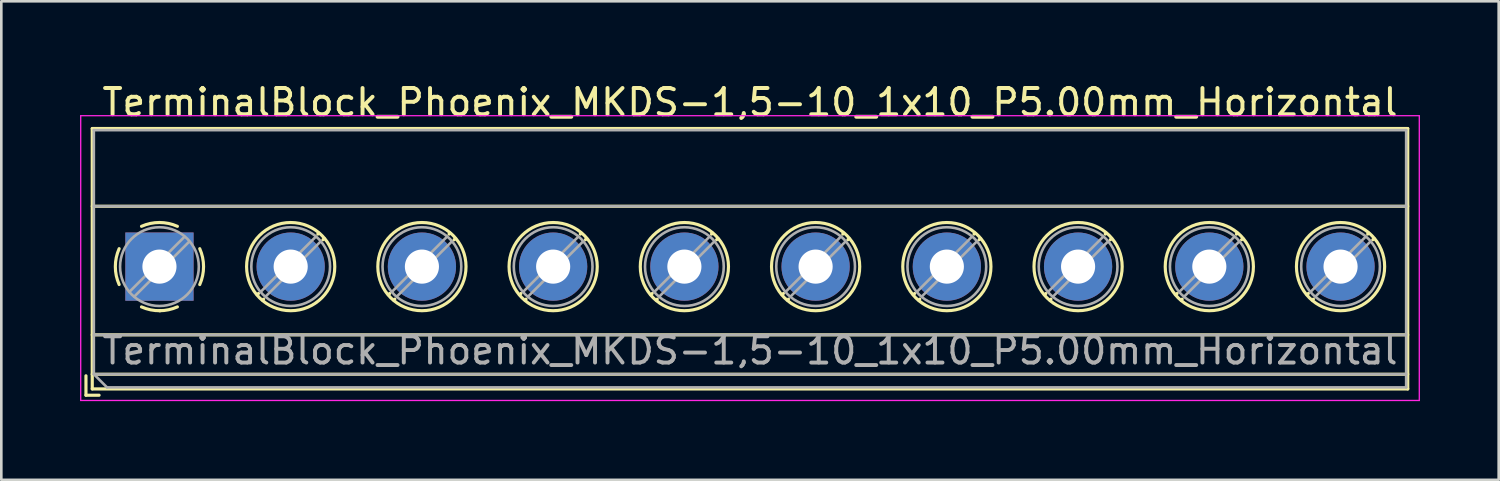
<source format=kicad_pcb>
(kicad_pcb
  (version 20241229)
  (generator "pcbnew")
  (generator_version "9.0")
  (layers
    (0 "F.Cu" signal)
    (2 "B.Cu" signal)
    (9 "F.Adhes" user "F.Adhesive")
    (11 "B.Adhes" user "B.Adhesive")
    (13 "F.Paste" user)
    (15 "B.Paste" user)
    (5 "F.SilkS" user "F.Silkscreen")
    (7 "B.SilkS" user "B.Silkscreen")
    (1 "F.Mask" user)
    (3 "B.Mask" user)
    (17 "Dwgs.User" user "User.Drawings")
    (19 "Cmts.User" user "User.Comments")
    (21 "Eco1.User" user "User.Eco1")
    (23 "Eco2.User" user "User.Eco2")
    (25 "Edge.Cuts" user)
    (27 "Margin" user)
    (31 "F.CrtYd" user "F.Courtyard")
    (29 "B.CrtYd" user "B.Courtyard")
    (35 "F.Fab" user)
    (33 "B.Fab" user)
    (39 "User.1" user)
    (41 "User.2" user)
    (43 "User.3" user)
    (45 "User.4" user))
  (footprint "TerminalBlock_Phoenix_MKDS-1,5-10_1x10_P5.00mm_Horizontal"
    (layer "F.Cu")
    (at 3.025 7.108)
    (property "Reference" "TerminalBlock_Phoenix_MKDS-1,5-10_1x10_P5.00mm_Horizontal" (at 22.5 -6.26 0) (layer "F.SilkS") (effects (font (size 1 1) (thickness 0.15))))
    (attr through_hole)
    (fp_line (start -2.8 4.16) (end -2.8 4.9) (stroke (width 0.12) (type solid)) (layer "F.SilkS"))
    (fp_line (start -2.8 4.9) (end -2.3 4.9) (stroke (width 0.12) (type solid)) (layer "F.SilkS"))
    (fp_line (start -2.56 -5.261) (end -2.56 4.66) (stroke (width 0.12) (type solid)) (layer "F.SilkS"))
    (fp_line (start -2.56 -5.261) (end 47.56 -5.261) (stroke (width 0.12) (type solid)) (layer "F.SilkS"))
    (fp_line (start -2.56 -2.301) (end 47.56 -2.301) (stroke (width 0.12) (type solid)) (layer "F.SilkS"))
    (fp_line (start -2.56 2.6) (end 47.56 2.6) (stroke (width 0.12) (type solid)) (layer "F.SilkS"))
    (fp_line (start -2.56 4.1) (end 47.56 4.1) (stroke (width 0.12) (type solid)) (layer "F.SilkS"))
    (fp_line (start -2.56 4.66) (end 47.56 4.66) (stroke (width 0.12) (type solid)) (layer "F.SilkS"))
    (fp_line (start 3.773 1.023) (end 3.726 1.069) (stroke (width 0.12) (type solid)) (layer "F.SilkS"))
    (fp_line (start 3.966 1.239) (end 3.931 1.274) (stroke (width 0.12) (type solid)) (layer "F.SilkS"))
    (fp_line (start 6.07 -1.275) (end 6.035 -1.239) (stroke (width 0.12) (type solid)) (layer "F.SilkS"))
    (fp_line (start 6.275 -1.069) (end 6.228 -1.023) (stroke (width 0.12) (type solid)) (layer "F.SilkS"))
    (fp_line (start 8.773 1.023) (end 8.726 1.069) (stroke (width 0.12) (type solid)) (layer "F.SilkS"))
    (fp_line (start 8.966 1.239) (end 8.931 1.274) (stroke (width 0.12) (type solid)) (layer "F.SilkS"))
    (fp_line (start 11.07 -1.275) (end 11.035 -1.239) (stroke (width 0.12) (type solid)) (layer "F.SilkS"))
    (fp_line (start 11.275 -1.069) (end 11.228 -1.023) (stroke (width 0.12) (type solid)) (layer "F.SilkS"))
    (fp_line (start 13.773 1.023) (end 13.726 1.069) (stroke (width 0.12) (type solid)) (layer "F.SilkS"))
    (fp_line (start 13.966 1.239) (end 13.931 1.274) (stroke (width 0.12) (type solid)) (layer "F.SilkS"))
    (fp_line (start 16.07 -1.275) (end 16.035 -1.239) (stroke (width 0.12) (type solid)) (layer "F.SilkS"))
    (fp_line (start 16.275 -1.069) (end 16.228 -1.023) (stroke (width 0.12) (type solid)) (layer "F.SilkS"))
    (fp_line (start 18.773 1.023) (end 18.726 1.069) (stroke (width 0.12) (type solid)) (layer "F.SilkS"))
    (fp_line (start 18.966 1.239) (end 18.931 1.274) (stroke (width 0.12) (type solid)) (layer "F.SilkS"))
    (fp_line (start 21.07 -1.275) (end 21.035 -1.239) (stroke (width 0.12) (type solid)) (layer "F.SilkS"))
    (fp_line (start 21.275 -1.069) (end 21.228 -1.023) (stroke (width 0.12) (type solid)) (layer "F.SilkS"))
    (fp_line (start 23.773 1.023) (end 23.726 1.069) (stroke (width 0.12) (type solid)) (layer "F.SilkS"))
    (fp_line (start 23.966 1.239) (end 23.931 1.274) (stroke (width 0.12) (type solid)) (layer "F.SilkS"))
    (fp_line (start 26.07 -1.275) (end 26.035 -1.239) (stroke (width 0.12) (type solid)) (layer "F.SilkS"))
    (fp_line (start 26.275 -1.069) (end 26.228 -1.023) (stroke (width 0.12) (type solid)) (layer "F.SilkS"))
    (fp_line (start 28.773 1.023) (end 28.726 1.069) (stroke (width 0.12) (type solid)) (layer "F.SilkS"))
    (fp_line (start 28.966 1.239) (end 28.931 1.274) (stroke (width 0.12) (type solid)) (layer "F.SilkS"))
    (fp_line (start 31.07 -1.275) (end 31.035 -1.239) (stroke (width 0.12) (type solid)) (layer "F.SilkS"))
    (fp_line (start 31.275 -1.069) (end 31.228 -1.023) (stroke (width 0.12) (type solid)) (layer "F.SilkS"))
    (fp_line (start 33.773 1.023) (end 33.726 1.069) (stroke (width 0.12) (type solid)) (layer "F.SilkS"))
    (fp_line (start 33.966 1.239) (end 33.931 1.274) (stroke (width 0.12) (type solid)) (layer "F.SilkS"))
    (fp_line (start 36.07 -1.275) (end 36.035 -1.239) (stroke (width 0.12) (type solid)) (layer "F.SilkS"))
    (fp_line (start 36.275 -1.069) (end 36.228 -1.023) (stroke (width 0.12) (type solid)) (layer "F.SilkS"))
    (fp_line (start 38.773 1.023) (end 38.726 1.069) (stroke (width 0.12) (type solid)) (layer "F.SilkS"))
    (fp_line (start 38.966 1.239) (end 38.931 1.274) (stroke (width 0.12) (type solid)) (layer "F.SilkS"))
    (fp_line (start 41.07 -1.275) (end 41.035 -1.239) (stroke (width 0.12) (type solid)) (layer "F.SilkS"))
    (fp_line (start 41.275 -1.069) (end 41.228 -1.023) (stroke (width 0.12) (type solid)) (layer "F.SilkS"))
    (fp_line (start 43.773 1.023) (end 43.726 1.069) (stroke (width 0.12) (type solid)) (layer "F.SilkS"))
    (fp_line (start 43.966 1.239) (end 43.931 1.274) (stroke (width 0.12) (type solid)) (layer "F.SilkS"))
    (fp_line (start 46.07 -1.275) (end 46.035 -1.239) (stroke (width 0.12) (type solid)) (layer "F.SilkS"))
    (fp_line (start 46.275 -1.069) (end 46.228 -1.023) (stroke (width 0.12) (type solid)) (layer "F.SilkS"))
    (fp_line (start 47.56 -5.261) (end 47.56 4.66) (stroke (width 0.12) (type solid)) (layer "F.SilkS"))
    (fp_arc (start -1.535427 0.683042) (mid -1.680501 -0.000524) (end -1.535 -0.684) (stroke (width 0.12) (type solid)) (layer "F.SilkS"))
    (fp_arc (start -0.683042 -1.535427) (mid 0.000524 -1.680501) (end 0.684 -1.535) (stroke (width 0.12) (type solid)) (layer "F.SilkS"))
    (fp_arc (start 0.028805 1.680253) (mid -0.335551 1.646659) (end -0.684 1.535) (stroke (width 0.12) (type solid)) (layer "F.SilkS"))
    (fp_arc (start 0.683318 1.534756) (mid 0.349292 1.643288) (end 0 1.68) (stroke (width 0.12) (type solid)) (layer "F.SilkS"))
    (fp_arc (start 1.535427 -0.683042) (mid 1.680501 0.000524) (end 1.535 0.684) (stroke (width 0.12) (type solid)) (layer "F.SilkS"))
    (fp_circle (center 5 0) (end 6.68 0) (stroke (width 0.12) (type solid)) (fill no) (layer "F.SilkS"))
    (fp_circle (center 10 0) (end 11.68 0) (stroke (width 0.12) (type solid)) (fill no) (layer "F.SilkS"))
    (fp_circle (center 15 0) (end 16.68 0) (stroke (width 0.12) (type solid)) (fill no) (layer "F.SilkS"))
    (fp_circle (center 20 0) (end 21.68 0) (stroke (width 0.12) (type solid)) (fill no) (layer "F.SilkS"))
    (fp_circle (center 25 0) (end 26.68 0) (stroke (width 0.12) (type solid)) (fill no) (layer "F.SilkS"))
    (fp_circle (center 30 0) (end 31.68 0) (stroke (width 0.12) (type solid)) (fill no) (layer "F.SilkS"))
    (fp_circle (center 35 0) (end 36.68 0) (stroke (width 0.12) (type solid)) (fill no) (layer "F.SilkS"))
    (fp_circle (center 40 0) (end 41.68 0) (stroke (width 0.12) (type solid)) (fill no) (layer "F.SilkS"))
    (fp_circle (center 45 0) (end 46.68 0) (stroke (width 0.12) (type solid)) (fill no) (layer "F.SilkS"))
    (fp_line (start -3 -5.75) (end -3 5.1) (stroke (width 0.05) (type solid)) (layer "F.CrtYd"))
    (fp_line (start -3 5.1) (end 48 5.1) (stroke (width 0.05) (type solid)) (layer "F.CrtYd"))
    (fp_line (start 48 -5.75) (end -3 -5.75) (stroke (width 0.05) (type solid)) (layer "F.CrtYd"))
    (fp_line (start 48 5.1) (end 48 -5.75) (stroke (width 0.05) (type solid)) (layer "F.CrtYd"))
    (fp_line (start -2.5 -5.2) (end 47.5 -5.2) (stroke (width 0.1) (type solid)) (layer "F.Fab"))
    (fp_line (start -2.5 -2.3) (end 47.5 -2.3) (stroke (width 0.1) (type solid)) (layer "F.Fab"))
    (fp_line (start -2.5 2.6) (end 47.5 2.6) (stroke (width 0.1) (type solid)) (layer "F.Fab"))
    (fp_line (start -2.5 4.1) (end -2.5 -5.2) (stroke (width 0.1) (type solid)) (layer "F.Fab"))
    (fp_line (start -2.5 4.1) (end 47.5 4.1) (stroke (width 0.1) (type solid)) (layer "F.Fab"))
    (fp_line (start -2 4.6) (end -2.5 4.1) (stroke (width 0.1) (type solid)) (layer "F.Fab"))
    (fp_line (start 0.955 -1.138) (end -1.138 0.955) (stroke (width 0.1) (type solid)) (layer "F.Fab"))
    (fp_line (start 1.138 -0.955) (end -0.955 1.138) (stroke (width 0.1) (type solid)) (layer "F.Fab"))
    (fp_line (start 5.955 -1.138) (end 3.863 0.955) (stroke (width 0.1) (type solid)) (layer "F.Fab"))
    (fp_line (start 6.138 -0.955) (end 4.046 1.138) (stroke (width 0.1) (type solid)) (layer "F.Fab"))
    (fp_line (start 10.955 -1.138) (end 8.863 0.955) (stroke (width 0.1) (type solid)) (layer "F.Fab"))
    (fp_line (start 11.138 -0.955) (end 9.046 1.138) (stroke (width 0.1) (type solid)) (layer "F.Fab"))
    (fp_line (start 15.955 -1.138) (end 13.863 0.955) (stroke (width 0.1) (type solid)) (layer "F.Fab"))
    (fp_line (start 16.138 -0.955) (end 14.046 1.138) (stroke (width 0.1) (type solid)) (layer "F.Fab"))
    (fp_line (start 20.955 -1.138) (end 18.863 0.955) (stroke (width 0.1) (type solid)) (layer "F.Fab"))
    (fp_line (start 21.138 -0.955) (end 19.046 1.138) (stroke (width 0.1) (type solid)) (layer "F.Fab"))
    (fp_line (start 25.955 -1.138) (end 23.863 0.955) (stroke (width 0.1) (type solid)) (layer "F.Fab"))
    (fp_line (start 26.138 -0.955) (end 24.046 1.138) (stroke (width 0.1) (type solid)) (layer "F.Fab"))
    (fp_line (start 30.955 -1.138) (end 28.863 0.955) (stroke (width 0.1) (type solid)) (layer "F.Fab"))
    (fp_line (start 31.138 -0.955) (end 29.046 1.138) (stroke (width 0.1) (type solid)) (layer "F.Fab"))
    (fp_line (start 35.955 -1.138) (end 33.863 0.955) (stroke (width 0.1) (type solid)) (layer "F.Fab"))
    (fp_line (start 36.138 -0.955) (end 34.046 1.138) (stroke (width 0.1) (type solid)) (layer "F.Fab"))
    (fp_line (start 40.955 -1.138) (end 38.863 0.955) (stroke (width 0.1) (type solid)) (layer "F.Fab"))
    (fp_line (start 41.138 -0.955) (end 39.046 1.138) (stroke (width 0.1) (type solid)) (layer "F.Fab"))
    (fp_line (start 45.955 -1.138) (end 43.863 0.955) (stroke (width 0.1) (type solid)) (layer "F.Fab"))
    (fp_line (start 46.138 -0.955) (end 44.046 1.138) (stroke (width 0.1) (type solid)) (layer "F.Fab"))
    (fp_line (start 47.5 -5.2) (end 47.5 4.6) (stroke (width 0.1) (type solid)) (layer "F.Fab"))
    (fp_line (start 47.5 4.6) (end -2 4.6) (stroke (width 0.1) (type solid)) (layer "F.Fab"))
    (fp_circle (center 0 0) (end 1.5 0) (stroke (width 0.1) (type solid)) (fill no) (layer "F.Fab"))
    (fp_circle (center 5 0) (end 6.5 0) (stroke (width 0.1) (type solid)) (fill no) (layer "F.Fab"))
    (fp_circle (center 10 0) (end 11.5 0) (stroke (width 0.1) (type solid)) (fill no) (layer "F.Fab"))
    (fp_circle (center 15 0) (end 16.5 0) (stroke (width 0.1) (type solid)) (fill no) (layer "F.Fab"))
    (fp_circle (center 20 0) (end 21.5 0) (stroke (width 0.1) (type solid)) (fill no) (layer "F.Fab"))
    (fp_circle (center 25 0) (end 26.5 0) (stroke (width 0.1) (type solid)) (fill no) (layer "F.Fab"))
    (fp_circle (center 30 0) (end 31.5 0) (stroke (width 0.1) (type solid)) (fill no) (layer "F.Fab"))
    (fp_circle (center 35 0) (end 36.5 0) (stroke (width 0.1) (type solid)) (fill no) (layer "F.Fab"))
    (fp_circle (center 40 0) (end 41.5 0) (stroke (width 0.1) (type solid)) (fill no) (layer "F.Fab"))
    (fp_circle (center 45 0) (end 46.5 0) (stroke (width 0.1) (type solid)) (fill no) (layer "F.Fab"))
    (fp_text user "${REFERENCE}" (at 22.5 3.2 0) (layer "F.Fab") (effects (font (size 1 1) (thickness 0.15))))
    (pad "1" thru_hole rect (at 0 0) (size 2.6 2.6) (drill 1.3) (layers "*.Cu" "*.Mask"))
    (pad "2" thru_hole circle (at 5 0) (size 2.6 2.6) (drill 1.3) (layers "*.Cu" "*.Mask"))
    (pad "3" thru_hole circle (at 10 0) (size 2.6 2.6) (drill 1.3) (layers "*.Cu" "*.Mask"))
    (pad "4" thru_hole circle (at 15 0) (size 2.6 2.6) (drill 1.3) (layers "*.Cu" "*.Mask"))
    (pad "5" thru_hole circle (at 20 0) (size 2.6 2.6) (drill 1.3) (layers "*.Cu" "*.Mask"))
    (pad "6" thru_hole circle (at 25 0) (size 2.6 2.6) (drill 1.3) (layers "*.Cu" "*.Mask"))
    (pad "7" thru_hole circle (at 30 0) (size 2.6 2.6) (drill 1.3) (layers "*.Cu" "*.Mask"))
    (pad "8" thru_hole circle (at 35 0) (size 2.6 2.6) (drill 1.3) (layers "*.Cu" "*.Mask"))
    (pad "9" thru_hole circle (at 40 0) (size 2.6 2.6) (drill 1.3) (layers "*.Cu" "*.Mask"))
    (pad "10" thru_hole circle (at 45 0) (size 2.6 2.6) (drill 1.3) (layers "*.Cu" "*.Mask")))
  (gr_rect
    (start -3 -3)
    (end 54.05 15.233)
    (stroke (width 0.1) (type default))
    (fill no)
    (layer "Edge.Cuts")))
</source>
